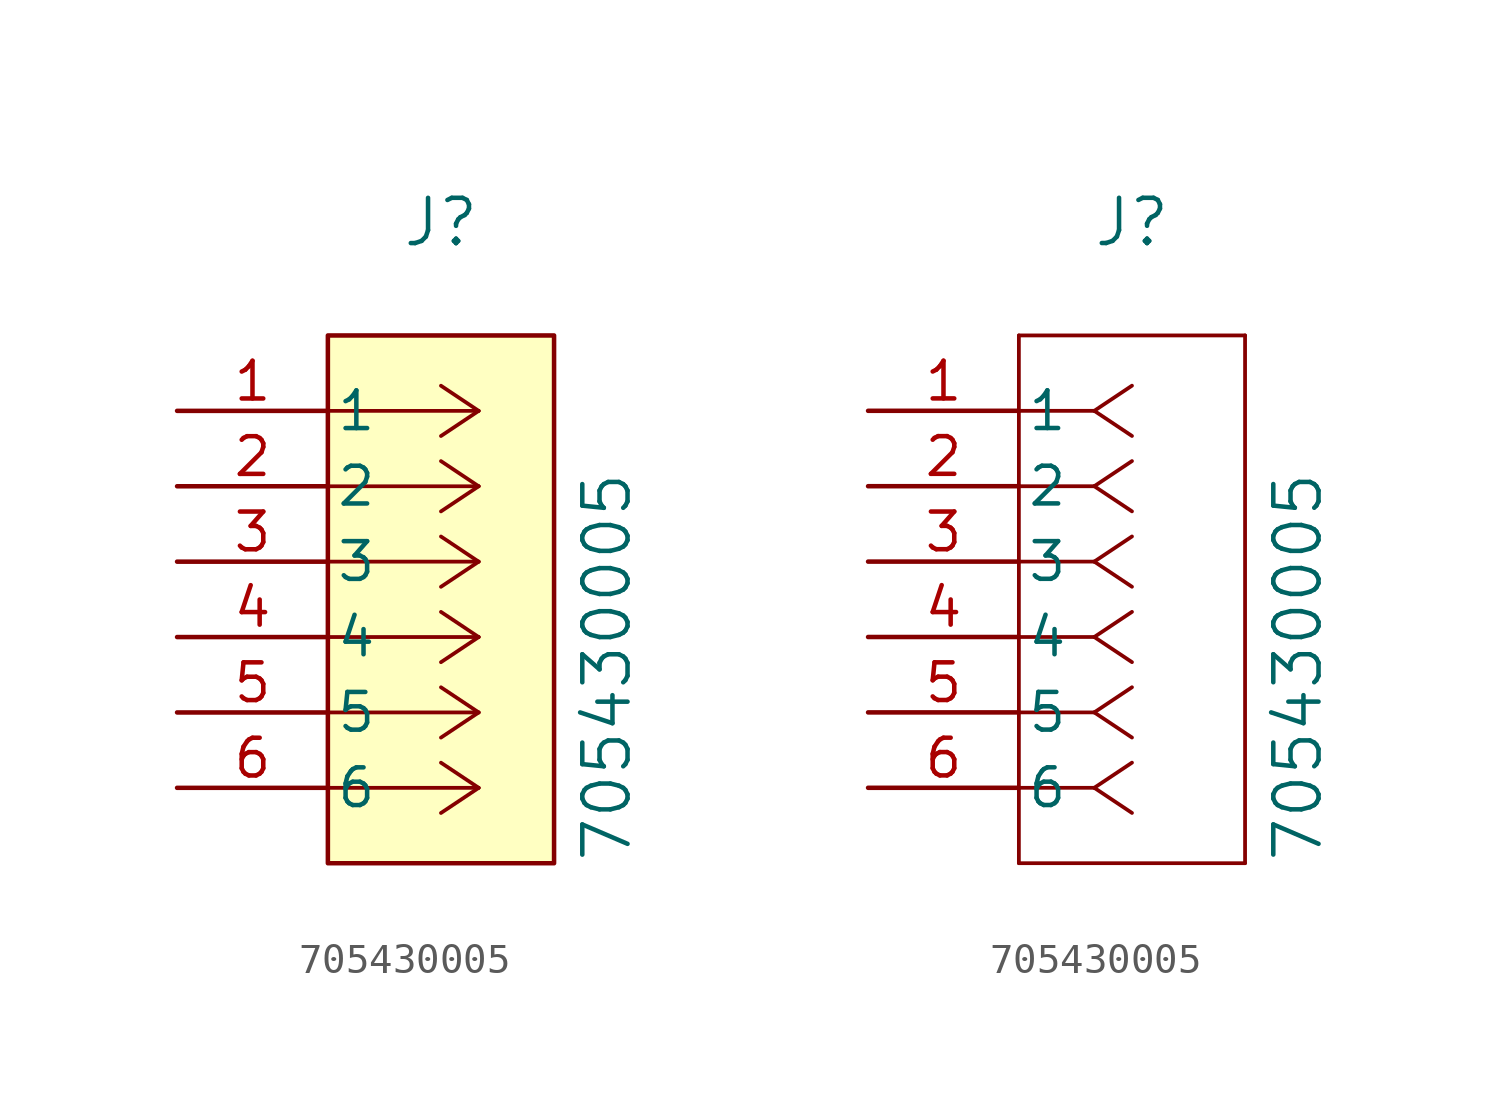
<source format=kicad_sym>
(kicad_symbol_lib
  (version 20241209)
  (generator "kicad_symbol_editor")
  (generator_version "9.0")
  (symbol "705430005"
    (pin_names
      (offset 0.254))
    (property "Reference" "J"
      (at 8.89 6.35 0)
      (effects (font (size 1.524 1.524))))
    (property "Value" "705430005"
      (at 14.478 -8.636 90)
      (effects (font (size 1.524 1.524))))
    (symbol "705430005_1_1"
      (rectangle (start 5.08 2.54) (end 12.7 -15.24) (stroke (width 0) (type solid)) (fill (type background)))
      (polyline (pts (xy 10.16 0) (xy 5.08 0)) (stroke (width 0.127) (type default)) (fill (type none)))
      (polyline (pts (xy 10.16 0) (xy 8.89 0.847)) (stroke (width 0.127) (type default)) (fill (type none)))
      (polyline (pts (xy 10.16 0) (xy 8.89 -0.847)) (stroke (width 0.127) (type default)) (fill (type none)))
      (polyline (pts (xy 10.16 -2.54) (xy 5.08 -2.54)) (stroke (width 0.127) (type default)) (fill (type none)))
      (polyline (pts (xy 10.16 -2.54) (xy 8.89 -1.693)) (stroke (width 0.127) (type default)) (fill (type none)))
      (polyline (pts (xy 10.16 -2.54) (xy 8.89 -3.387)) (stroke (width 0.127) (type default)) (fill (type none)))
      (polyline (pts (xy 10.16 -5.08) (xy 5.08 -5.08)) (stroke (width 0.127) (type default)) (fill (type none)))
      (polyline (pts (xy 10.16 -5.08) (xy 8.89 -4.233)) (stroke (width 0.127) (type default)) (fill (type none)))
      (polyline (pts (xy 10.16 -5.08) (xy 8.89 -5.927)) (stroke (width 0.127) (type default)) (fill (type none)))
      (polyline (pts (xy 10.16 -7.62) (xy 5.08 -7.62)) (stroke (width 0.127) (type default)) (fill (type none)))
      (polyline (pts (xy 10.16 -7.62) (xy 8.89 -6.773)) (stroke (width 0.127) (type default)) (fill (type none)))
      (polyline (pts (xy 10.16 -7.62) (xy 8.89 -8.467)) (stroke (width 0.127) (type default)) (fill (type none)))
      (polyline (pts (xy 10.16 -10.16) (xy 5.08 -10.16)) (stroke (width 0.127) (type default)) (fill (type none)))
      (polyline (pts (xy 10.16 -10.16) (xy 8.89 -9.313)) (stroke (width 0.127) (type default)) (fill (type none)))
      (polyline (pts (xy 10.16 -10.16) (xy 8.89 -11.007)) (stroke (width 0.127) (type default)) (fill (type none)))
      (polyline (pts (xy 10.16 -12.7) (xy 5.08 -12.7)) (stroke (width 0.127) (type default)) (fill (type none)))
      (polyline (pts (xy 10.16 -12.7) (xy 8.89 -11.853)) (stroke (width 0.127) (type default)) (fill (type none)))
      (polyline (pts (xy 10.16 -12.7) (xy 8.89 -13.547)) (stroke (width 0.127) (type default)) (fill (type none)))
      (pin unspecified line (at 0 0 0) (length 5.08) (name "1" (effects (font (size 1.27 1.27)))) (number "1" (effects (font (size 1.27 1.27)))))
      (pin unspecified line (at 0 -2.54 0) (length 5.08) (name "2" (effects (font (size 1.27 1.27)))) (number "2" (effects (font (size 1.27 1.27)))))
      (pin unspecified line (at 0 -5.08 0) (length 5.08) (name "3" (effects (font (size 1.27 1.27)))) (number "3" (effects (font (size 1.27 1.27)))))
      (pin unspecified line (at 0 -7.62 0) (length 5.08) (name "4" (effects (font (size 1.27 1.27)))) (number "4" (effects (font (size 1.27 1.27)))))
      (pin unspecified line (at 0 -10.16 0) (length 5.08) (name "5" (effects (font (size 1.27 1.27)))) (number "5" (effects (font (size 1.27 1.27)))))
      (pin unspecified line (at 0 -12.7 0) (length 5.08) (name "6" (effects (font (size 1.27 1.27)))) (number "6" (effects (font (size 1.27 1.27))))))
    (symbol "705430005_1_2"
      (polyline (pts (xy 5.08 2.54) (xy 5.08 -15.24)) (stroke (width 0.127) (type default)) (fill (type none)))
      (polyline (pts (xy 5.08 -15.24) (xy 12.7 -15.24)) (stroke (width 0.127) (type default)) (fill (type none)))
      (polyline (pts (xy 7.62 0) (xy 5.08 0)) (stroke (width 0.127) (type default)) (fill (type none)))
      (polyline (pts (xy 7.62 0) (xy 8.89 0.847)) (stroke (width 0.127) (type default)) (fill (type none)))
      (polyline (pts (xy 7.62 0) (xy 8.89 -0.847)) (stroke (width 0.127) (type default)) (fill (type none)))
      (polyline (pts (xy 7.62 -2.54) (xy 5.08 -2.54)) (stroke (width 0.127) (type default)) (fill (type none)))
      (polyline (pts (xy 7.62 -2.54) (xy 8.89 -1.693)) (stroke (width 0.127) (type default)) (fill (type none)))
      (polyline (pts (xy 7.62 -2.54) (xy 8.89 -3.387)) (stroke (width 0.127) (type default)) (fill (type none)))
      (polyline (pts (xy 7.62 -5.08) (xy 5.08 -5.08)) (stroke (width 0.127) (type default)) (fill (type none)))
      (polyline (pts (xy 7.62 -5.08) (xy 8.89 -4.233)) (stroke (width 0.127) (type default)) (fill (type none)))
      (polyline (pts (xy 7.62 -5.08) (xy 8.89 -5.927)) (stroke (width 0.127) (type default)) (fill (type none)))
      (polyline (pts (xy 7.62 -7.62) (xy 5.08 -7.62)) (stroke (width 0.127) (type default)) (fill (type none)))
      (polyline (pts (xy 7.62 -7.62) (xy 8.89 -6.773)) (stroke (width 0.127) (type default)) (fill (type none)))
      (polyline (pts (xy 7.62 -7.62) (xy 8.89 -8.467)) (stroke (width 0.127) (type default)) (fill (type none)))
      (polyline (pts (xy 7.62 -10.16) (xy 5.08 -10.16)) (stroke (width 0.127) (type default)) (fill (type none)))
      (polyline (pts (xy 7.62 -10.16) (xy 8.89 -9.313)) (stroke (width 0.127) (type default)) (fill (type none)))
      (polyline (pts (xy 7.62 -10.16) (xy 8.89 -11.007)) (stroke (width 0.127) (type default)) (fill (type none)))
      (polyline (pts (xy 7.62 -12.7) (xy 5.08 -12.7)) (stroke (width 0.127) (type default)) (fill (type none)))
      (polyline (pts (xy 7.62 -12.7) (xy 8.89 -11.853)) (stroke (width 0.127) (type default)) (fill (type none)))
      (polyline (pts (xy 7.62 -12.7) (xy 8.89 -13.547)) (stroke (width 0.127) (type default)) (fill (type none)))
      (polyline (pts (xy 12.7 2.54) (xy 5.08 2.54)) (stroke (width 0.127) (type default)) (fill (type none)))
      (polyline (pts (xy 12.7 -15.24) (xy 12.7 2.54)) (stroke (width 0.127) (type default)) (fill (type none)))
      (pin unspecified line (at 0 0 0) (length 5.08) (name "1" (effects (font (size 1.27 1.27)))) (number "1" (effects (font (size 1.27 1.27)))))
      (pin unspecified line (at 0 -2.54 0) (length 5.08) (name "2" (effects (font (size 1.27 1.27)))) (number "2" (effects (font (size 1.27 1.27)))))
      (pin unspecified line (at 0 -5.08 0) (length 5.08) (name "3" (effects (font (size 1.27 1.27)))) (number "3" (effects (font (size 1.27 1.27)))))
      (pin unspecified line (at 0 -7.62 0) (length 5.08) (name "4" (effects (font (size 1.27 1.27)))) (number "4" (effects (font (size 1.27 1.27)))))
      (pin unspecified line (at 0 -10.16 0) (length 5.08) (name "5" (effects (font (size 1.27 1.27)))) (number "5" (effects (font (size 1.27 1.27)))))
      (pin unspecified line (at 0 -12.7 0) (length 5.08) (name "6" (effects (font (size 1.27 1.27)))) (number "6" (effects (font (size 1.27 1.27))))))))
</source>
